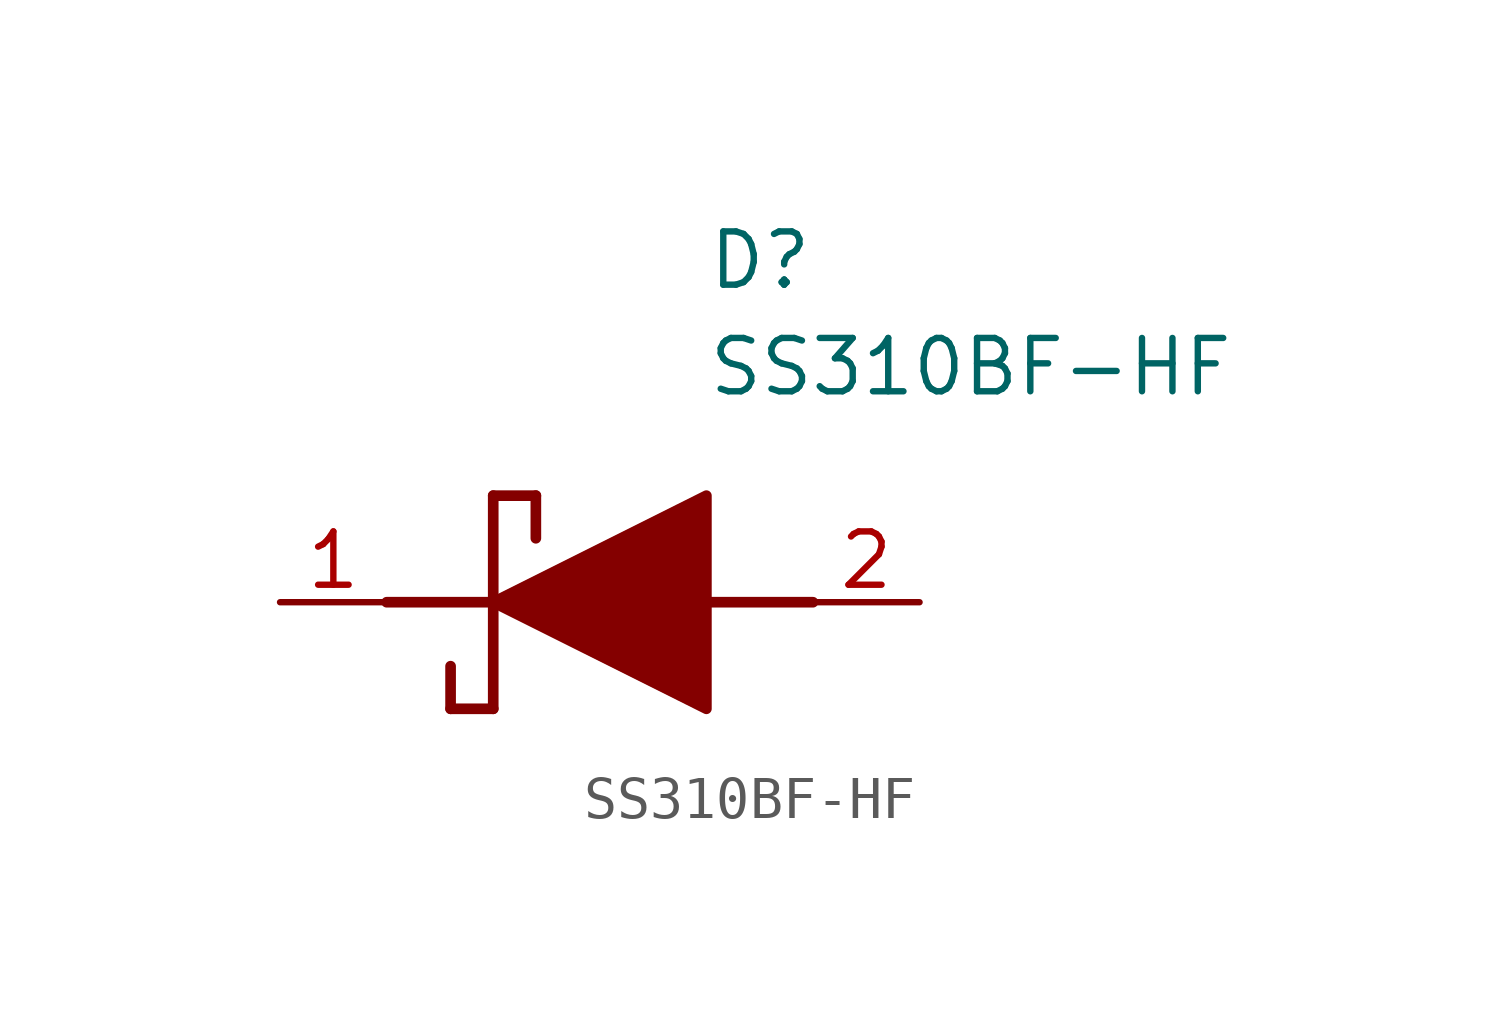
<source format=kicad_sym>
(kicad_symbol_lib
  (version 20211014)
  (generator SamacSys_ECAD_Model)
  (symbol "SS310BF-HF"
    (pin_names hide)
    (property "Reference" "D"
      (at 12.7 8.89 0)
      (effects (font (size 1.27 1.27)) (justify left top)))
    (property "Value" "SS310BF-HF"
      (at 12.7 6.35 0)
      (effects (font (size 1.27 1.27)) (justify left top)))
    (polyline
      (pts (xy 7.62 2.54) (xy 7.62 -2.54))
      (stroke (width 0.254) (type default))
      (fill (type none)))
    (polyline
      (pts (xy 7.62 2.54) (xy 8.636 2.54))
      (stroke (width 0.254) (type default))
      (fill (type none)))
    (polyline
      (pts (xy 8.636 1.524) (xy 8.636 2.54))
      (stroke (width 0.254) (type default))
      (fill (type none)))
    (polyline
      (pts (xy 7.62 -2.54) (xy 6.604 -2.54))
      (stroke (width 0.254) (type default))
      (fill (type none)))
    (polyline
      (pts (xy 6.604 -1.524) (xy 6.604 -2.54))
      (stroke (width 0.254) (type default))
      (fill (type none)))
    (polyline
      (pts (xy 5.08 0) (xy 7.62 0))
      (stroke (width 0.254) (type default))
      (fill (type none)))
    (polyline
      (pts (xy 12.7 0) (xy 15.24 0))
      (stroke (width 0.254) (type default))
      (fill (type none)))
    (polyline
      (pts (xy 7.62 0) (xy 12.7 2.54) (xy 12.7 -2.54) (xy 7.62 0))
      (stroke (width 0.254) (type default))
      (fill (type outline)))
    (pin passive line
      (at 2.54 0 0)
      (length 2.54)
      (name "K" (effects (font (size 1.27 1.27))))
      (number "1" (effects (font (size 1.27 1.27)))))
    (pin passive line
      (at 17.78 0 180)
      (length 2.54)
      (name "A" (effects (font (size 1.27 1.27))))
      (number "2" (effects (font (size 1.27 1.27)))))))
</source>
